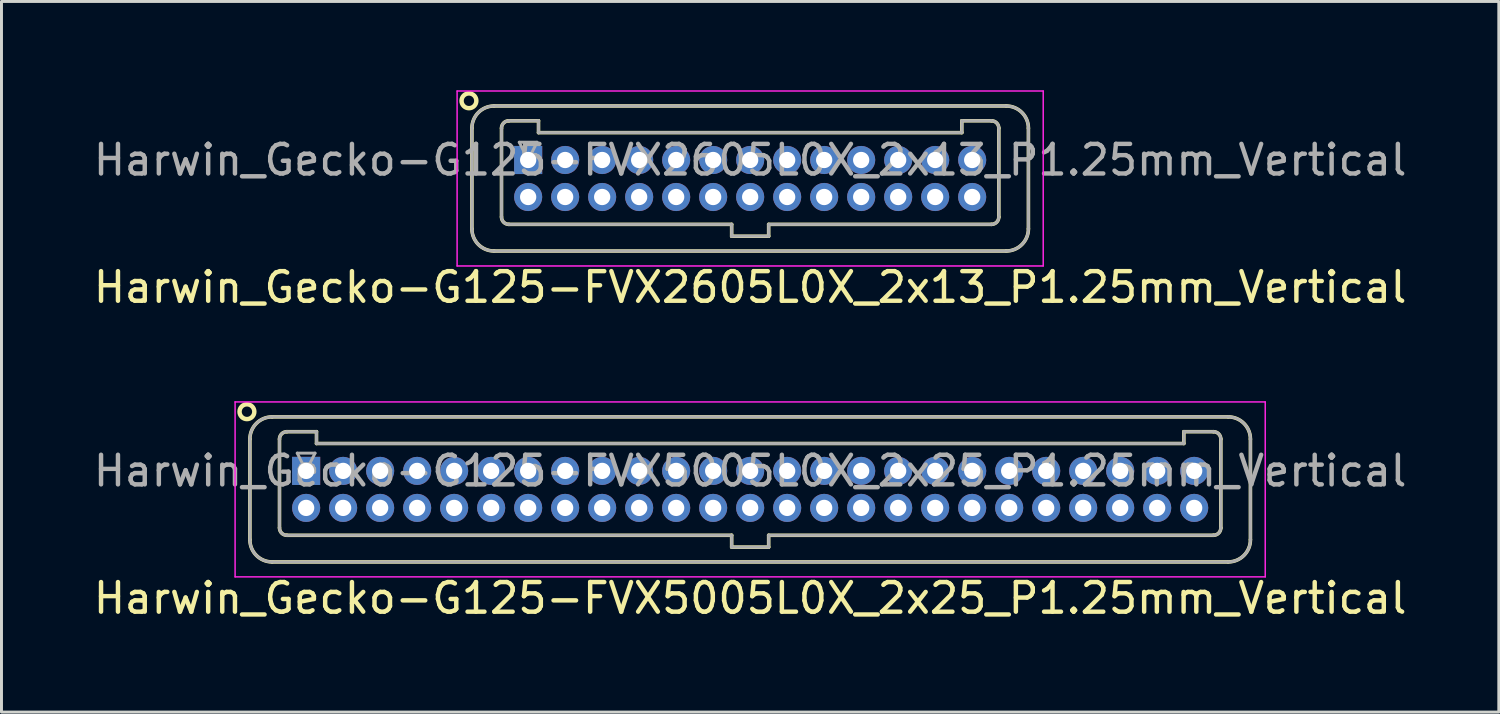
<source format=kicad_pcb>
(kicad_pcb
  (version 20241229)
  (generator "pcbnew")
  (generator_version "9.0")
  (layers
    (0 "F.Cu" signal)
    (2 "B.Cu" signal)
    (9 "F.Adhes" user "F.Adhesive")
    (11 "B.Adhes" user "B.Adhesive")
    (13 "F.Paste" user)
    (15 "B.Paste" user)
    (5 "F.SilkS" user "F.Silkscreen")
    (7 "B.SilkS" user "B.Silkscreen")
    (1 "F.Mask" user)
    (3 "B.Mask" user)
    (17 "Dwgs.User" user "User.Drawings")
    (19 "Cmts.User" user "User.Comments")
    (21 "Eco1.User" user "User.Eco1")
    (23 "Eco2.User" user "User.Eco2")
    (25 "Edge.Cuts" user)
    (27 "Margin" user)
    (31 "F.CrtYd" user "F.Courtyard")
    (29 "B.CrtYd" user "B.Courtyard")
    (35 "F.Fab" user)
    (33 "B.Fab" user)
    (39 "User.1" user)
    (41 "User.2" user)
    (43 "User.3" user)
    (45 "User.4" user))
  (footprint "Harwin_Gecko-G125-FVX5005L0X_2x25_P1.25mm_Vertical"
    (layer "F.Cu")
    (at 7.292 12.858)
    (property "Reference" "Harwin_Gecko-G125-FVX5005L0X_2x25_P1.25mm_Vertical" (at 15 4.3 0) (layer "F.SilkS") (effects (font (size 1 1) (thickness 0.15))))
    (attr through_hole)
    (fp_line (start -1.9 -1.075) (end -1.9 2.325) (stroke (width 0.12) (type solid)) (layer "F.SilkS"))
    (fp_line (start -1.15 -1.825) (end 31.15 -1.825) (stroke (width 0.12) (type solid)) (layer "F.SilkS"))
    (fp_line (start -1.15 3.075) (end 31.15 3.075) (stroke (width 0.12) (type solid)) (layer "F.SilkS"))
    (fp_line (start -0.9 -1.075) (end -0.9 1.925) (stroke (width 0.12) (type solid)) (layer "F.SilkS"))
    (fp_line (start -0.65 -1.325) (end 0.35 -1.325) (stroke (width 0.12) (type solid)) (layer "F.SilkS"))
    (fp_line (start -0.65 2.175) (end 14.375 2.175) (stroke (width 0.12) (type solid)) (layer "F.SilkS"))
    (fp_line (start 0.35 -1.325) (end 0.35 -0.925) (stroke (width 0.12) (type solid)) (layer "F.SilkS"))
    (fp_line (start 0.35 -0.925) (end 29.65 -0.925) (stroke (width 0.12) (type solid)) (layer "F.SilkS"))
    (fp_line (start 14.375 2.175) (end 14.375 2.575) (stroke (width 0.12) (type solid)) (layer "F.SilkS"))
    (fp_line (start 14.375 2.575) (end 15.625 2.575) (stroke (width 0.12) (type solid)) (layer "F.SilkS"))
    (fp_line (start 15.625 2.175) (end 30.65 2.175) (stroke (width 0.12) (type solid)) (layer "F.SilkS"))
    (fp_line (start 15.625 2.575) (end 15.625 2.175) (stroke (width 0.12) (type solid)) (layer "F.SilkS"))
    (fp_line (start 29.65 -1.325) (end 30.65 -1.325) (stroke (width 0.12) (type solid)) (layer "F.SilkS"))
    (fp_line (start 29.65 -0.925) (end 29.65 -1.325) (stroke (width 0.12) (type solid)) (layer "F.SilkS"))
    (fp_line (start 30.9 -1.075) (end 30.9 1.925) (stroke (width 0.12) (type solid)) (layer "F.SilkS"))
    (fp_line (start 31.9 -1.075) (end 31.9 2.325) (stroke (width 0.12) (type solid)) (layer "F.SilkS"))
    (fp_arc (start -1.9 -1.075) (mid -1.68033 -1.60533) (end -1.15 -1.825) (stroke (width 0.12) (type solid)) (layer "F.SilkS"))
    (fp_arc (start -1.15 3.075) (mid -1.68033 2.85533) (end -1.9 2.325) (stroke (width 0.12) (type solid)) (layer "F.SilkS"))
    (fp_arc (start -0.9 -1.075) (mid -0.826777 -1.251777) (end -0.65 -1.325) (stroke (width 0.12) (type solid)) (layer "F.SilkS"))
    (fp_arc (start -0.65 2.175) (mid -0.826777 2.101777) (end -0.9 1.925) (stroke (width 0.12) (type solid)) (layer "F.SilkS"))
    (fp_arc (start 30.65 -1.325) (mid 30.826777 -1.251777) (end 30.9 -1.075) (stroke (width 0.12) (type solid)) (layer "F.SilkS"))
    (fp_arc (start 30.9 1.925) (mid 30.826777 2.101777) (end 30.65 2.175) (stroke (width 0.12) (type solid)) (layer "F.SilkS"))
    (fp_arc (start 31.15 -1.825) (mid 31.68033 -1.60533) (end 31.9 -1.075) (stroke (width 0.12) (type solid)) (layer "F.SilkS"))
    (fp_arc (start 31.9 2.325) (mid 31.68033 2.85533) (end 31.15 3.075) (stroke (width 0.12) (type solid)) (layer "F.SilkS"))
    (fp_circle (center -2 -2) (end -1.75 -2) (stroke (width 0.15) (type solid)) (fill no) (layer "F.SilkS"))
    (fp_line (start -2.4 -2.33) (end -2.4 3.58) (stroke (width 0.05) (type solid)) (layer "F.CrtYd"))
    (fp_line (start -2.4 3.58) (end 32.4 3.58) (stroke (width 0.05) (type solid)) (layer "F.CrtYd"))
    (fp_line (start 32.4 -2.33) (end -2.4 -2.33) (stroke (width 0.05) (type solid)) (layer "F.CrtYd"))
    (fp_line (start 32.4 3.58) (end 32.4 -2.33) (stroke (width 0.05) (type solid)) (layer "F.CrtYd"))
    (fp_line (start -1.9 -1.075) (end -1.9 2.325) (stroke (width 0.1) (type solid)) (layer "F.Fab"))
    (fp_line (start -1.15 -1.825) (end 31.15 -1.825) (stroke (width 0.1) (type solid)) (layer "F.Fab"))
    (fp_line (start -1.15 3.075) (end 31.15 3.075) (stroke (width 0.1) (type solid)) (layer "F.Fab"))
    (fp_line (start -0.9 -1.075) (end -0.9 1.925) (stroke (width 0.1) (type solid)) (layer "F.Fab"))
    (fp_line (start -0.65 -1.325) (end 0.35 -1.325) (stroke (width 0.1) (type solid)) (layer "F.Fab"))
    (fp_line (start -0.65 2.175) (end 14.375 2.175) (stroke (width 0.1) (type solid)) (layer "F.Fab"))
    (fp_line (start -0.3 -0.6) (end 0.3 -0.6) (stroke (width 0.1) (type solid)) (layer "F.Fab"))
    (fp_line (start 0 0) (end -0.3 -0.6) (stroke (width 0.1) (type solid)) (layer "F.Fab"))
    (fp_line (start 0.3 -0.6) (end 0 0) (stroke (width 0.1) (type solid)) (layer "F.Fab"))
    (fp_line (start 0.35 -1.325) (end 0.35 -0.925) (stroke (width 0.1) (type solid)) (layer "F.Fab"))
    (fp_line (start 0.35 -0.925) (end 29.65 -0.925) (stroke (width 0.1) (type solid)) (layer "F.Fab"))
    (fp_line (start 14.375 2.175) (end 14.375 2.575) (stroke (width 0.1) (type solid)) (layer "F.Fab"))
    (fp_line (start 14.375 2.575) (end 15.625 2.575) (stroke (width 0.1) (type solid)) (layer "F.Fab"))
    (fp_line (start 15.625 2.175) (end 30.65 2.175) (stroke (width 0.1) (type solid)) (layer "F.Fab"))
    (fp_line (start 15.625 2.575) (end 15.625 2.175) (stroke (width 0.1) (type solid)) (layer "F.Fab"))
    (fp_line (start 29.65 -1.325) (end 30.65 -1.325) (stroke (width 0.1) (type solid)) (layer "F.Fab"))
    (fp_line (start 29.65 -0.925) (end 29.65 -1.325) (stroke (width 0.1) (type solid)) (layer "F.Fab"))
    (fp_line (start 30.9 -1.075) (end 30.9 1.925) (stroke (width 0.1) (type solid)) (layer "F.Fab"))
    (fp_line (start 31.9 -1.075) (end 31.9 2.325) (stroke (width 0.1) (type solid)) (layer "F.Fab"))
    (fp_arc (start -1.9 -1.075) (mid -1.68033 -1.60533) (end -1.15 -1.825) (stroke (width 0.1) (type solid)) (layer "F.Fab"))
    (fp_arc (start -1.15 3.075) (mid -1.68033 2.85533) (end -1.9 2.325) (stroke (width 0.1) (type solid)) (layer "F.Fab"))
    (fp_arc (start -0.9 -1.075) (mid -0.826777 -1.251777) (end -0.65 -1.325) (stroke (width 0.1) (type solid)) (layer "F.Fab"))
    (fp_arc (start -0.65 2.175) (mid -0.826777 2.101777) (end -0.9 1.925) (stroke (width 0.1) (type solid)) (layer "F.Fab"))
    (fp_arc (start 30.65 -1.325) (mid 30.826777 -1.251777) (end 30.9 -1.075) (stroke (width 0.1) (type solid)) (layer "F.Fab"))
    (fp_arc (start 30.9 1.925) (mid 30.826777 2.101777) (end 30.65 2.175) (stroke (width 0.1) (type solid)) (layer "F.Fab"))
    (fp_arc (start 31.15 -1.825) (mid 31.68033 -1.60533) (end 31.9 -1.075) (stroke (width 0.1) (type solid)) (layer "F.Fab"))
    (fp_arc (start 31.9 2.325) (mid 31.68033 2.85533) (end 31.15 3.075) (stroke (width 0.1) (type solid)) (layer "F.Fab"))
    (fp_text user "${REFERENCE}" (at 15 0 0) (layer "F.Fab") (effects (font (size 1 1) (thickness 0.15))))
    (pad "1" thru_hole rect (at 0 0) (size 0.95 0.95) (drill 0.55) (layers "*.Cu" "*.Mask"))
    (pad "2" thru_hole circle (at 0 1.25) (size 0.95 0.95) (drill 0.55) (layers "*.Cu" "*.Mask"))
    (pad "3" thru_hole circle (at 1.25 0) (size 0.95 0.95) (drill 0.55) (layers "*.Cu" "*.Mask"))
    (pad "4" thru_hole circle (at 1.25 1.25) (size 0.95 0.95) (drill 0.55) (layers "*.Cu" "*.Mask"))
    (pad "5" thru_hole circle (at 2.5 0) (size 0.95 0.95) (drill 0.55) (layers "*.Cu" "*.Mask"))
    (pad "6" thru_hole circle (at 2.5 1.25) (size 0.95 0.95) (drill 0.55) (layers "*.Cu" "*.Mask"))
    (pad "7" thru_hole circle (at 3.75 0) (size 0.95 0.95) (drill 0.55) (layers "*.Cu" "*.Mask"))
    (pad "8" thru_hole circle (at 3.75 1.25) (size 0.95 0.95) (drill 0.55) (layers "*.Cu" "*.Mask"))
    (pad "9" thru_hole circle (at 5 0) (size 0.95 0.95) (drill 0.55) (layers "*.Cu" "*.Mask"))
    (pad "10" thru_hole circle (at 5 1.25) (size 0.95 0.95) (drill 0.55) (layers "*.Cu" "*.Mask"))
    (pad "11" thru_hole circle (at 6.25 0) (size 0.95 0.95) (drill 0.55) (layers "*.Cu" "*.Mask"))
    (pad "12" thru_hole circle (at 6.25 1.25) (size 0.95 0.95) (drill 0.55) (layers "*.Cu" "*.Mask"))
    (pad "13" thru_hole circle (at 7.5 0) (size 0.95 0.95) (drill 0.55) (layers "*.Cu" "*.Mask"))
    (pad "14" thru_hole circle (at 7.5 1.25) (size 0.95 0.95) (drill 0.55) (layers "*.Cu" "*.Mask"))
    (pad "15" thru_hole circle (at 8.75 0) (size 0.95 0.95) (drill 0.55) (layers "*.Cu" "*.Mask"))
    (pad "16" thru_hole circle (at 8.75 1.25) (size 0.95 0.95) (drill 0.55) (layers "*.Cu" "*.Mask"))
    (pad "17" thru_hole circle (at 10 0) (size 0.95 0.95) (drill 0.55) (layers "*.Cu" "*.Mask"))
    (pad "18" thru_hole circle (at 10 1.25) (size 0.95 0.95) (drill 0.55) (layers "*.Cu" "*.Mask"))
    (pad "19" thru_hole circle (at 11.25 0) (size 0.95 0.95) (drill 0.55) (layers "*.Cu" "*.Mask"))
    (pad "20" thru_hole circle (at 11.25 1.25) (size 0.95 0.95) (drill 0.55) (layers "*.Cu" "*.Mask"))
    (pad "21" thru_hole circle (at 12.5 0) (size 0.95 0.95) (drill 0.55) (layers "*.Cu" "*.Mask"))
    (pad "22" thru_hole circle (at 12.5 1.25) (size 0.95 0.95) (drill 0.55) (layers "*.Cu" "*.Mask"))
    (pad "23" thru_hole circle (at 13.75 0) (size 0.95 0.95) (drill 0.55) (layers "*.Cu" "*.Mask"))
    (pad "24" thru_hole circle (at 13.75 1.25) (size 0.95 0.95) (drill 0.55) (layers "*.Cu" "*.Mask"))
    (pad "25" thru_hole circle (at 15 0) (size 0.95 0.95) (drill 0.55) (layers "*.Cu" "*.Mask"))
    (pad "26" thru_hole circle (at 15 1.25) (size 0.95 0.95) (drill 0.55) (layers "*.Cu" "*.Mask"))
    (pad "27" thru_hole circle (at 16.25 0) (size 0.95 0.95) (drill 0.55) (layers "*.Cu" "*.Mask"))
    (pad "28" thru_hole circle (at 16.25 1.25) (size 0.95 0.95) (drill 0.55) (layers "*.Cu" "*.Mask"))
    (pad "29" thru_hole circle (at 17.5 0) (size 0.95 0.95) (drill 0.55) (layers "*.Cu" "*.Mask"))
    (pad "30" thru_hole circle (at 17.5 1.25) (size 0.95 0.95) (drill 0.55) (layers "*.Cu" "*.Mask"))
    (pad "31" thru_hole circle (at 18.75 0) (size 0.95 0.95) (drill 0.55) (layers "*.Cu" "*.Mask"))
    (pad "32" thru_hole circle (at 18.75 1.25) (size 0.95 0.95) (drill 0.55) (layers "*.Cu" "*.Mask"))
    (pad "33" thru_hole circle (at 20 0) (size 0.95 0.95) (drill 0.55) (layers "*.Cu" "*.Mask"))
    (pad "34" thru_hole circle (at 20 1.25) (size 0.95 0.95) (drill 0.55) (layers "*.Cu" "*.Mask"))
    (pad "35" thru_hole circle (at 21.25 0) (size 0.95 0.95) (drill 0.55) (layers "*.Cu" "*.Mask"))
    (pad "36" thru_hole circle (at 21.25 1.25) (size 0.95 0.95) (drill 0.55) (layers "*.Cu" "*.Mask"))
    (pad "37" thru_hole circle (at 22.5 0) (size 0.95 0.95) (drill 0.55) (layers "*.Cu" "*.Mask"))
    (pad "38" thru_hole circle (at 22.5 1.25) (size 0.95 0.95) (drill 0.55) (layers "*.Cu" "*.Mask"))
    (pad "39" thru_hole circle (at 23.75 0) (size 0.95 0.95) (drill 0.55) (layers "*.Cu" "*.Mask"))
    (pad "40" thru_hole circle (at 23.75 1.25) (size 0.95 0.95) (drill 0.55) (layers "*.Cu" "*.Mask"))
    (pad "41" thru_hole circle (at 25 0) (size 0.95 0.95) (drill 0.55) (layers "*.Cu" "*.Mask"))
    (pad "42" thru_hole circle (at 25 1.25) (size 0.95 0.95) (drill 0.55) (layers "*.Cu" "*.Mask"))
    (pad "43" thru_hole circle (at 26.25 0) (size 0.95 0.95) (drill 0.55) (layers "*.Cu" "*.Mask"))
    (pad "44" thru_hole circle (at 26.25 1.25) (size 0.95 0.95) (drill 0.55) (layers "*.Cu" "*.Mask"))
    (pad "45" thru_hole circle (at 27.5 0) (size 0.95 0.95) (drill 0.55) (layers "*.Cu" "*.Mask"))
    (pad "46" thru_hole circle (at 27.5 1.25) (size 0.95 0.95) (drill 0.55) (layers "*.Cu" "*.Mask"))
    (pad "47" thru_hole circle (at 28.75 0) (size 0.95 0.95) (drill 0.55) (layers "*.Cu" "*.Mask"))
    (pad "48" thru_hole circle (at 28.75 1.25) (size 0.95 0.95) (drill 0.55) (layers "*.Cu" "*.Mask"))
    (pad "49" thru_hole circle (at 30 0) (size 0.95 0.95) (drill 0.55) (layers "*.Cu" "*.Mask"))
    (pad "50" thru_hole circle (at 30 1.25) (size 0.95 0.95) (drill 0.55) (layers "*.Cu" "*.Mask")))
  (footprint "Harwin_Gecko-G125-FVX2605L0X_2x13_P1.25mm_Vertical"
    (layer "F.Cu")
    (at 14.792 2.355)
    (property "Reference" "Harwin_Gecko-G125-FVX2605L0X_2x13_P1.25mm_Vertical" (at 7.5 4.3 0) (layer "F.SilkS") (effects (font (size 1 1) (thickness 0.15))))
    (attr through_hole)
    (fp_line (start -1.9 -1.075) (end -1.9 2.325) (stroke (width 0.12) (type solid)) (layer "F.SilkS"))
    (fp_line (start -1.15 -1.825) (end 16.15 -1.825) (stroke (width 0.12) (type solid)) (layer "F.SilkS"))
    (fp_line (start -1.15 3.075) (end 16.15 3.075) (stroke (width 0.12) (type solid)) (layer "F.SilkS"))
    (fp_line (start -0.9 -1.075) (end -0.9 1.925) (stroke (width 0.12) (type solid)) (layer "F.SilkS"))
    (fp_line (start -0.65 -1.325) (end 0.35 -1.325) (stroke (width 0.12) (type solid)) (layer "F.SilkS"))
    (fp_line (start -0.65 2.175) (end 6.875 2.175) (stroke (width 0.12) (type solid)) (layer "F.SilkS"))
    (fp_line (start 0.35 -1.325) (end 0.35 -0.925) (stroke (width 0.12) (type solid)) (layer "F.SilkS"))
    (fp_line (start 0.35 -0.925) (end 14.65 -0.925) (stroke (width 0.12) (type solid)) (layer "F.SilkS"))
    (fp_line (start 6.875 2.175) (end 6.875 2.575) (stroke (width 0.12) (type solid)) (layer "F.SilkS"))
    (fp_line (start 6.875 2.575) (end 8.125 2.575) (stroke (width 0.12) (type solid)) (layer "F.SilkS"))
    (fp_line (start 8.125 2.175) (end 15.65 2.175) (stroke (width 0.12) (type solid)) (layer "F.SilkS"))
    (fp_line (start 8.125 2.575) (end 8.125 2.175) (stroke (width 0.12) (type solid)) (layer "F.SilkS"))
    (fp_line (start 14.65 -1.325) (end 15.65 -1.325) (stroke (width 0.12) (type solid)) (layer "F.SilkS"))
    (fp_line (start 14.65 -0.925) (end 14.65 -1.325) (stroke (width 0.12) (type solid)) (layer "F.SilkS"))
    (fp_line (start 15.9 -1.075) (end 15.9 1.925) (stroke (width 0.12) (type solid)) (layer "F.SilkS"))
    (fp_line (start 16.9 -1.075) (end 16.9 2.325) (stroke (width 0.12) (type solid)) (layer "F.SilkS"))
    (fp_arc (start -1.9 -1.075) (mid -1.68033 -1.60533) (end -1.15 -1.825) (stroke (width 0.12) (type solid)) (layer "F.SilkS"))
    (fp_arc (start -1.15 3.075) (mid -1.68033 2.85533) (end -1.9 2.325) (stroke (width 0.12) (type solid)) (layer "F.SilkS"))
    (fp_arc (start -0.9 -1.075) (mid -0.826777 -1.251777) (end -0.65 -1.325) (stroke (width 0.12) (type solid)) (layer "F.SilkS"))
    (fp_arc (start -0.65 2.175) (mid -0.826777 2.101777) (end -0.9 1.925) (stroke (width 0.12) (type solid)) (layer "F.SilkS"))
    (fp_arc (start 15.65 -1.325) (mid 15.826777 -1.251777) (end 15.9 -1.075) (stroke (width 0.12) (type solid)) (layer "F.SilkS"))
    (fp_arc (start 15.9 1.925) (mid 15.826777 2.101777) (end 15.65 2.175) (stroke (width 0.12) (type solid)) (layer "F.SilkS"))
    (fp_arc (start 16.15 -1.825) (mid 16.68033 -1.60533) (end 16.9 -1.075) (stroke (width 0.12) (type solid)) (layer "F.SilkS"))
    (fp_arc (start 16.9 2.325) (mid 16.68033 2.85533) (end 16.15 3.075) (stroke (width 0.12) (type solid)) (layer "F.SilkS"))
    (fp_circle (center -2 -2) (end -1.75 -2) (stroke (width 0.15) (type solid)) (fill no) (layer "F.SilkS"))
    (fp_line (start -2.4 -2.33) (end -2.4 3.58) (stroke (width 0.05) (type solid)) (layer "F.CrtYd"))
    (fp_line (start -2.4 3.58) (end 17.4 3.58) (stroke (width 0.05) (type solid)) (layer "F.CrtYd"))
    (fp_line (start 17.4 -2.33) (end -2.4 -2.33) (stroke (width 0.05) (type solid)) (layer "F.CrtYd"))
    (fp_line (start 17.4 3.58) (end 17.4 -2.33) (stroke (width 0.05) (type solid)) (layer "F.CrtYd"))
    (fp_line (start -1.9 -1.075) (end -1.9 2.325) (stroke (width 0.1) (type solid)) (layer "F.Fab"))
    (fp_line (start -1.15 -1.825) (end 16.15 -1.825) (stroke (width 0.1) (type solid)) (layer "F.Fab"))
    (fp_line (start -1.15 3.075) (end 16.15 3.075) (stroke (width 0.1) (type solid)) (layer "F.Fab"))
    (fp_line (start -0.9 -1.075) (end -0.9 1.925) (stroke (width 0.1) (type solid)) (layer "F.Fab"))
    (fp_line (start -0.65 -1.325) (end 0.35 -1.325) (stroke (width 0.1) (type solid)) (layer "F.Fab"))
    (fp_line (start -0.65 2.175) (end 6.875 2.175) (stroke (width 0.1) (type solid)) (layer "F.Fab"))
    (fp_line (start -0.3 -0.6) (end 0.3 -0.6) (stroke (width 0.1) (type solid)) (layer "F.Fab"))
    (fp_line (start 0 0) (end -0.3 -0.6) (stroke (width 0.1) (type solid)) (layer "F.Fab"))
    (fp_line (start 0.3 -0.6) (end 0 0) (stroke (width 0.1) (type solid)) (layer "F.Fab"))
    (fp_line (start 0.35 -1.325) (end 0.35 -0.925) (stroke (width 0.1) (type solid)) (layer "F.Fab"))
    (fp_line (start 0.35 -0.925) (end 14.65 -0.925) (stroke (width 0.1) (type solid)) (layer "F.Fab"))
    (fp_line (start 6.875 2.175) (end 6.875 2.575) (stroke (width 0.1) (type solid)) (layer "F.Fab"))
    (fp_line (start 6.875 2.575) (end 8.125 2.575) (stroke (width 0.1) (type solid)) (layer "F.Fab"))
    (fp_line (start 8.125 2.175) (end 15.65 2.175) (stroke (width 0.1) (type solid)) (layer "F.Fab"))
    (fp_line (start 8.125 2.575) (end 8.125 2.175) (stroke (width 0.1) (type solid)) (layer "F.Fab"))
    (fp_line (start 14.65 -1.325) (end 15.65 -1.325) (stroke (width 0.1) (type solid)) (layer "F.Fab"))
    (fp_line (start 14.65 -0.925) (end 14.65 -1.325) (stroke (width 0.1) (type solid)) (layer "F.Fab"))
    (fp_line (start 15.9 -1.075) (end 15.9 1.925) (stroke (width 0.1) (type solid)) (layer "F.Fab"))
    (fp_line (start 16.9 -1.075) (end 16.9 2.325) (stroke (width 0.1) (type solid)) (layer "F.Fab"))
    (fp_arc (start -1.9 -1.075) (mid -1.68033 -1.60533) (end -1.15 -1.825) (stroke (width 0.1) (type solid)) (layer "F.Fab"))
    (fp_arc (start -1.15 3.075) (mid -1.68033 2.85533) (end -1.9 2.325) (stroke (width 0.1) (type solid)) (layer "F.Fab"))
    (fp_arc (start -0.9 -1.075) (mid -0.826777 -1.251777) (end -0.65 -1.325) (stroke (width 0.1) (type solid)) (layer "F.Fab"))
    (fp_arc (start -0.65 2.175) (mid -0.826777 2.101777) (end -0.9 1.925) (stroke (width 0.1) (type solid)) (layer "F.Fab"))
    (fp_arc (start 15.65 -1.325) (mid 15.826777 -1.251777) (end 15.9 -1.075) (stroke (width 0.1) (type solid)) (layer "F.Fab"))
    (fp_arc (start 15.9 1.925) (mid 15.826777 2.101777) (end 15.65 2.175) (stroke (width 0.1) (type solid)) (layer "F.Fab"))
    (fp_arc (start 16.15 -1.825) (mid 16.68033 -1.60533) (end 16.9 -1.075) (stroke (width 0.1) (type solid)) (layer "F.Fab"))
    (fp_arc (start 16.9 2.325) (mid 16.68033 2.85533) (end 16.15 3.075) (stroke (width 0.1) (type solid)) (layer "F.Fab"))
    (fp_text user "${REFERENCE}" (at 7.5 0 0) (layer "F.Fab") (effects (font (size 1 1) (thickness 0.15))))
    (pad "1" thru_hole rect (at 0 0) (size 0.95 0.95) (drill 0.55) (layers "*.Cu" "*.Mask"))
    (pad "2" thru_hole circle (at 0 1.25) (size 0.95 0.95) (drill 0.55) (layers "*.Cu" "*.Mask"))
    (pad "3" thru_hole circle (at 1.25 0) (size 0.95 0.95) (drill 0.55) (layers "*.Cu" "*.Mask"))
    (pad "4" thru_hole circle (at 1.25 1.25) (size 0.95 0.95) (drill 0.55) (layers "*.Cu" "*.Mask"))
    (pad "5" thru_hole circle (at 2.5 0) (size 0.95 0.95) (drill 0.55) (layers "*.Cu" "*.Mask"))
    (pad "6" thru_hole circle (at 2.5 1.25) (size 0.95 0.95) (drill 0.55) (layers "*.Cu" "*.Mask"))
    (pad "7" thru_hole circle (at 3.75 0) (size 0.95 0.95) (drill 0.55) (layers "*.Cu" "*.Mask"))
    (pad "8" thru_hole circle (at 3.75 1.25) (size 0.95 0.95) (drill 0.55) (layers "*.Cu" "*.Mask"))
    (pad "9" thru_hole circle (at 5 0) (size 0.95 0.95) (drill 0.55) (layers "*.Cu" "*.Mask"))
    (pad "10" thru_hole circle (at 5 1.25) (size 0.95 0.95) (drill 0.55) (layers "*.Cu" "*.Mask"))
    (pad "11" thru_hole circle (at 6.25 0) (size 0.95 0.95) (drill 0.55) (layers "*.Cu" "*.Mask"))
    (pad "12" thru_hole circle (at 6.25 1.25) (size 0.95 0.95) (drill 0.55) (layers "*.Cu" "*.Mask"))
    (pad "13" thru_hole circle (at 7.5 0) (size 0.95 0.95) (drill 0.55) (layers "*.Cu" "*.Mask"))
    (pad "14" thru_hole circle (at 7.5 1.25) (size 0.95 0.95) (drill 0.55) (layers "*.Cu" "*.Mask"))
    (pad "15" thru_hole circle (at 8.75 0) (size 0.95 0.95) (drill 0.55) (layers "*.Cu" "*.Mask"))
    (pad "16" thru_hole circle (at 8.75 1.25) (size 0.95 0.95) (drill 0.55) (layers "*.Cu" "*.Mask"))
    (pad "17" thru_hole circle (at 10 0) (size 0.95 0.95) (drill 0.55) (layers "*.Cu" "*.Mask"))
    (pad "18" thru_hole circle (at 10 1.25) (size 0.95 0.95) (drill 0.55) (layers "*.Cu" "*.Mask"))
    (pad "19" thru_hole circle (at 11.25 0) (size 0.95 0.95) (drill 0.55) (layers "*.Cu" "*.Mask"))
    (pad "20" thru_hole circle (at 11.25 1.25) (size 0.95 0.95) (drill 0.55) (layers "*.Cu" "*.Mask"))
    (pad "21" thru_hole circle (at 12.5 0) (size 0.95 0.95) (drill 0.55) (layers "*.Cu" "*.Mask"))
    (pad "22" thru_hole circle (at 12.5 1.25) (size 0.95 0.95) (drill 0.55) (layers "*.Cu" "*.Mask"))
    (pad "23" thru_hole circle (at 13.75 0) (size 0.95 0.95) (drill 0.55) (layers "*.Cu" "*.Mask"))
    (pad "24" thru_hole circle (at 13.75 1.25) (size 0.95 0.95) (drill 0.55) (layers "*.Cu" "*.Mask"))
    (pad "25" thru_hole circle (at 15 0) (size 0.95 0.95) (drill 0.55) (layers "*.Cu" "*.Mask"))
    (pad "26" thru_hole circle (at 15 1.25) (size 0.95 0.95) (drill 0.55) (layers "*.Cu" "*.Mask")))
  (gr_rect
    (start -3 -3)
    (end 47.583 21.006)
    (stroke (width 0.1) (type default))
    (fill no)
    (layer "Edge.Cuts")))
</source>
